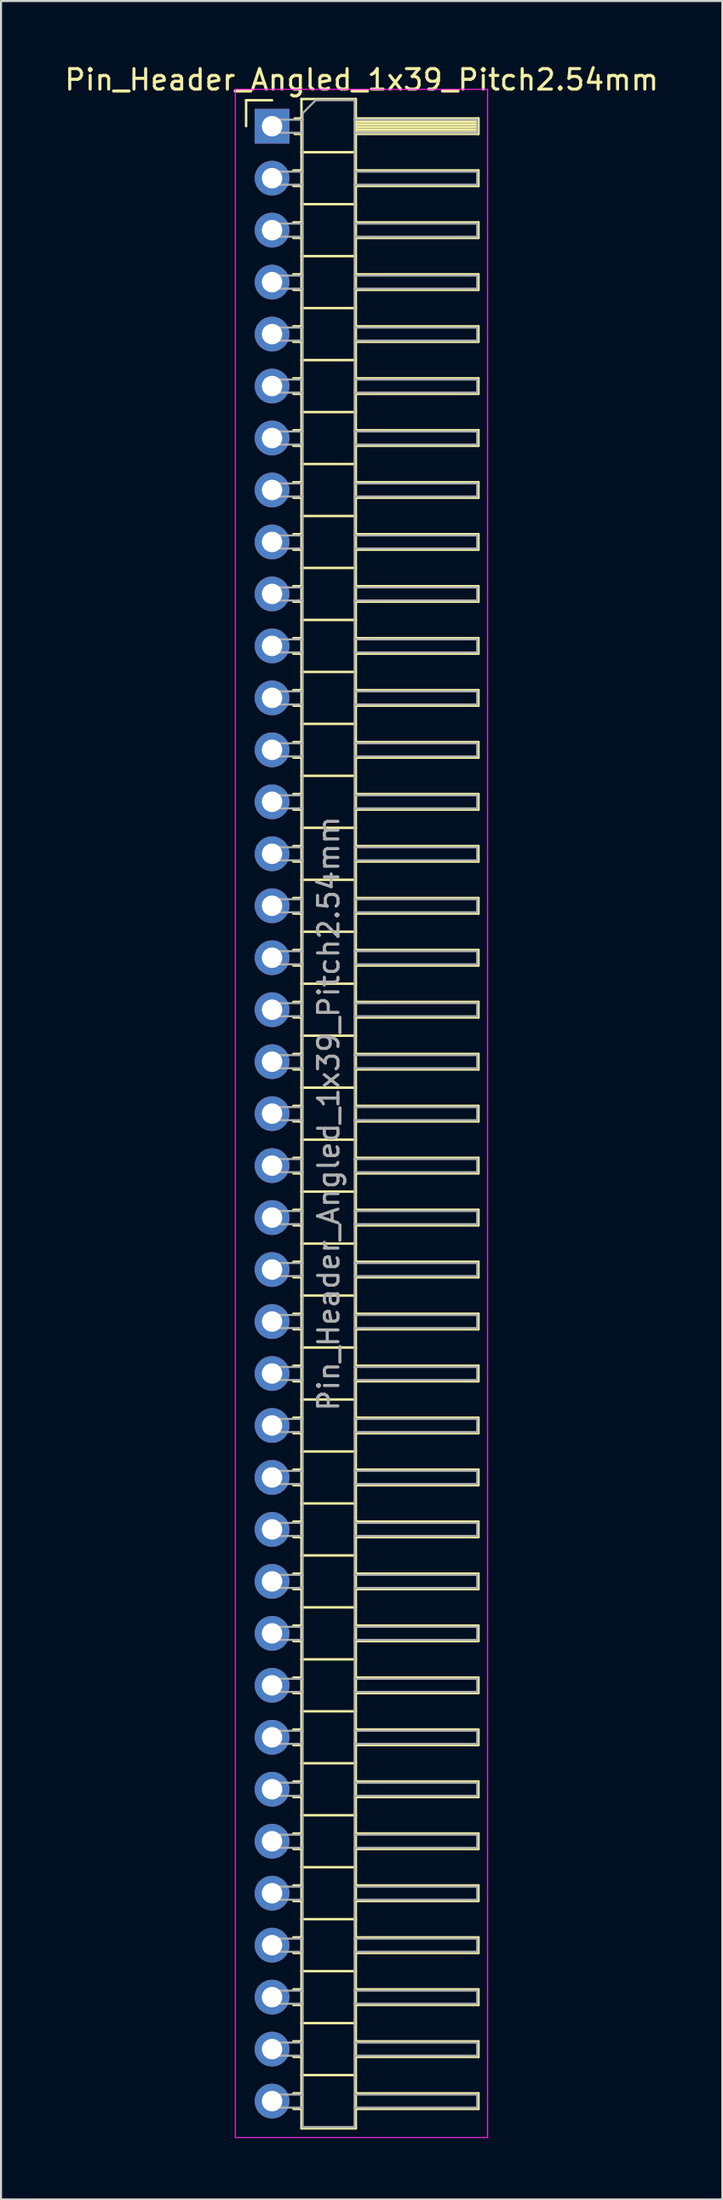
<source format=kicad_pcb>
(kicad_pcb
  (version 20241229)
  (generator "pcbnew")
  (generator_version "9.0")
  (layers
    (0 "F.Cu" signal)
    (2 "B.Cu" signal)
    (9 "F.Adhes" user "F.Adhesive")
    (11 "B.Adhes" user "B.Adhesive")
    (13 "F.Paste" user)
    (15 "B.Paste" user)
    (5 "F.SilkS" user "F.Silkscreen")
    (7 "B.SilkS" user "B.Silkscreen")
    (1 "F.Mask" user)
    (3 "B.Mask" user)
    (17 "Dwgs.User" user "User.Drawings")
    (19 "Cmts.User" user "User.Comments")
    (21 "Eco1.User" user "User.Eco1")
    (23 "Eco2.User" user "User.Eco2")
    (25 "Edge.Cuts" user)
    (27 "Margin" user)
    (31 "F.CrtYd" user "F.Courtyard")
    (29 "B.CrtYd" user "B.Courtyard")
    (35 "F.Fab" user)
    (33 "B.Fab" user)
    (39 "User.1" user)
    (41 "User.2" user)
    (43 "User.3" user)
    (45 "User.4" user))
  (footprint "Pin_Header_Angled_1x39_Pitch2.54mm"
    (layer "F.Cu")
    (at 10.264 3.118)
    (property "Reference" "Pin_Header_Angled_1x39_Pitch2.54mm" (at 4.385 -2.27 0) (layer "F.SilkS") (effects (font (size 1 1) (thickness 0.15))))
    (attr through_hole)
    (fp_line (start -1.27 -1.27) (end 0 -1.27) (stroke (width 0.12) (type solid)) (layer "F.SilkS"))
    (fp_line (start -1.27 0) (end -1.27 -1.27) (stroke (width 0.12) (type solid)) (layer "F.SilkS"))
    (fp_line (start 1.043 2.16) (end 1.44 2.16) (stroke (width 0.12) (type solid)) (layer "F.SilkS"))
    (fp_line (start 1.043 2.92) (end 1.44 2.92) (stroke (width 0.12) (type solid)) (layer "F.SilkS"))
    (fp_line (start 1.043 4.7) (end 1.44 4.7) (stroke (width 0.12) (type solid)) (layer "F.SilkS"))
    (fp_line (start 1.043 5.46) (end 1.44 5.46) (stroke (width 0.12) (type solid)) (layer "F.SilkS"))
    (fp_line (start 1.043 7.24) (end 1.44 7.24) (stroke (width 0.12) (type solid)) (layer "F.SilkS"))
    (fp_line (start 1.043 8) (end 1.44 8) (stroke (width 0.12) (type solid)) (layer "F.SilkS"))
    (fp_line (start 1.043 9.78) (end 1.44 9.78) (stroke (width 0.12) (type solid)) (layer "F.SilkS"))
    (fp_line (start 1.043 10.54) (end 1.44 10.54) (stroke (width 0.12) (type solid)) (layer "F.SilkS"))
    (fp_line (start 1.043 12.32) (end 1.44 12.32) (stroke (width 0.12) (type solid)) (layer "F.SilkS"))
    (fp_line (start 1.043 13.08) (end 1.44 13.08) (stroke (width 0.12) (type solid)) (layer "F.SilkS"))
    (fp_line (start 1.043 14.86) (end 1.44 14.86) (stroke (width 0.12) (type solid)) (layer "F.SilkS"))
    (fp_line (start 1.043 15.62) (end 1.44 15.62) (stroke (width 0.12) (type solid)) (layer "F.SilkS"))
    (fp_line (start 1.043 17.4) (end 1.44 17.4) (stroke (width 0.12) (type solid)) (layer "F.SilkS"))
    (fp_line (start 1.043 18.16) (end 1.44 18.16) (stroke (width 0.12) (type solid)) (layer "F.SilkS"))
    (fp_line (start 1.043 19.94) (end 1.44 19.94) (stroke (width 0.12) (type solid)) (layer "F.SilkS"))
    (fp_line (start 1.043 20.7) (end 1.44 20.7) (stroke (width 0.12) (type solid)) (layer "F.SilkS"))
    (fp_line (start 1.043 22.48) (end 1.44 22.48) (stroke (width 0.12) (type solid)) (layer "F.SilkS"))
    (fp_line (start 1.043 23.24) (end 1.44 23.24) (stroke (width 0.12) (type solid)) (layer "F.SilkS"))
    (fp_line (start 1.043 25.02) (end 1.44 25.02) (stroke (width 0.12) (type solid)) (layer "F.SilkS"))
    (fp_line (start 1.043 25.78) (end 1.44 25.78) (stroke (width 0.12) (type solid)) (layer "F.SilkS"))
    (fp_line (start 1.043 27.56) (end 1.44 27.56) (stroke (width 0.12) (type solid)) (layer "F.SilkS"))
    (fp_line (start 1.043 28.32) (end 1.44 28.32) (stroke (width 0.12) (type solid)) (layer "F.SilkS"))
    (fp_line (start 1.043 30.1) (end 1.44 30.1) (stroke (width 0.12) (type solid)) (layer "F.SilkS"))
    (fp_line (start 1.043 30.86) (end 1.44 30.86) (stroke (width 0.12) (type solid)) (layer "F.SilkS"))
    (fp_line (start 1.043 32.64) (end 1.44 32.64) (stroke (width 0.12) (type solid)) (layer "F.SilkS"))
    (fp_line (start 1.043 33.4) (end 1.44 33.4) (stroke (width 0.12) (type solid)) (layer "F.SilkS"))
    (fp_line (start 1.043 35.18) (end 1.44 35.18) (stroke (width 0.12) (type solid)) (layer "F.SilkS"))
    (fp_line (start 1.043 35.94) (end 1.44 35.94) (stroke (width 0.12) (type solid)) (layer "F.SilkS"))
    (fp_line (start 1.043 37.72) (end 1.44 37.72) (stroke (width 0.12) (type solid)) (layer "F.SilkS"))
    (fp_line (start 1.043 38.48) (end 1.44 38.48) (stroke (width 0.12) (type solid)) (layer "F.SilkS"))
    (fp_line (start 1.043 40.26) (end 1.44 40.26) (stroke (width 0.12) (type solid)) (layer "F.SilkS"))
    (fp_line (start 1.043 41.02) (end 1.44 41.02) (stroke (width 0.12) (type solid)) (layer "F.SilkS"))
    (fp_line (start 1.043 42.8) (end 1.44 42.8) (stroke (width 0.12) (type solid)) (layer "F.SilkS"))
    (fp_line (start 1.043 43.56) (end 1.44 43.56) (stroke (width 0.12) (type solid)) (layer "F.SilkS"))
    (fp_line (start 1.043 45.34) (end 1.44 45.34) (stroke (width 0.12) (type solid)) (layer "F.SilkS"))
    (fp_line (start 1.043 46.1) (end 1.44 46.1) (stroke (width 0.12) (type solid)) (layer "F.SilkS"))
    (fp_line (start 1.043 47.88) (end 1.44 47.88) (stroke (width 0.12) (type solid)) (layer "F.SilkS"))
    (fp_line (start 1.043 48.64) (end 1.44 48.64) (stroke (width 0.12) (type solid)) (layer "F.SilkS"))
    (fp_line (start 1.043 50.42) (end 1.44 50.42) (stroke (width 0.12) (type solid)) (layer "F.SilkS"))
    (fp_line (start 1.043 51.18) (end 1.44 51.18) (stroke (width 0.12) (type solid)) (layer "F.SilkS"))
    (fp_line (start 1.043 52.96) (end 1.44 52.96) (stroke (width 0.12) (type solid)) (layer "F.SilkS"))
    (fp_line (start 1.043 53.72) (end 1.44 53.72) (stroke (width 0.12) (type solid)) (layer "F.SilkS"))
    (fp_line (start 1.043 55.5) (end 1.44 55.5) (stroke (width 0.12) (type solid)) (layer "F.SilkS"))
    (fp_line (start 1.043 56.26) (end 1.44 56.26) (stroke (width 0.12) (type solid)) (layer "F.SilkS"))
    (fp_line (start 1.043 58.04) (end 1.44 58.04) (stroke (width 0.12) (type solid)) (layer "F.SilkS"))
    (fp_line (start 1.043 58.8) (end 1.44 58.8) (stroke (width 0.12) (type solid)) (layer "F.SilkS"))
    (fp_line (start 1.043 60.58) (end 1.44 60.58) (stroke (width 0.12) (type solid)) (layer "F.SilkS"))
    (fp_line (start 1.043 61.34) (end 1.44 61.34) (stroke (width 0.12) (type solid)) (layer "F.SilkS"))
    (fp_line (start 1.043 63.12) (end 1.44 63.12) (stroke (width 0.12) (type solid)) (layer "F.SilkS"))
    (fp_line (start 1.043 63.88) (end 1.44 63.88) (stroke (width 0.12) (type solid)) (layer "F.SilkS"))
    (fp_line (start 1.043 65.66) (end 1.44 65.66) (stroke (width 0.12) (type solid)) (layer "F.SilkS"))
    (fp_line (start 1.043 66.42) (end 1.44 66.42) (stroke (width 0.12) (type solid)) (layer "F.SilkS"))
    (fp_line (start 1.043 68.2) (end 1.44 68.2) (stroke (width 0.12) (type solid)) (layer "F.SilkS"))
    (fp_line (start 1.043 68.96) (end 1.44 68.96) (stroke (width 0.12) (type solid)) (layer "F.SilkS"))
    (fp_line (start 1.043 70.74) (end 1.44 70.74) (stroke (width 0.12) (type solid)) (layer "F.SilkS"))
    (fp_line (start 1.043 71.5) (end 1.44 71.5) (stroke (width 0.12) (type solid)) (layer "F.SilkS"))
    (fp_line (start 1.043 73.28) (end 1.44 73.28) (stroke (width 0.12) (type solid)) (layer "F.SilkS"))
    (fp_line (start 1.043 74.04) (end 1.44 74.04) (stroke (width 0.12) (type solid)) (layer "F.SilkS"))
    (fp_line (start 1.043 75.82) (end 1.44 75.82) (stroke (width 0.12) (type solid)) (layer "F.SilkS"))
    (fp_line (start 1.043 76.58) (end 1.44 76.58) (stroke (width 0.12) (type solid)) (layer "F.SilkS"))
    (fp_line (start 1.043 78.36) (end 1.44 78.36) (stroke (width 0.12) (type solid)) (layer "F.SilkS"))
    (fp_line (start 1.043 79.12) (end 1.44 79.12) (stroke (width 0.12) (type solid)) (layer "F.SilkS"))
    (fp_line (start 1.043 80.9) (end 1.44 80.9) (stroke (width 0.12) (type solid)) (layer "F.SilkS"))
    (fp_line (start 1.043 81.66) (end 1.44 81.66) (stroke (width 0.12) (type solid)) (layer "F.SilkS"))
    (fp_line (start 1.043 83.44) (end 1.44 83.44) (stroke (width 0.12) (type solid)) (layer "F.SilkS"))
    (fp_line (start 1.043 84.2) (end 1.44 84.2) (stroke (width 0.12) (type solid)) (layer "F.SilkS"))
    (fp_line (start 1.043 85.98) (end 1.44 85.98) (stroke (width 0.12) (type solid)) (layer "F.SilkS"))
    (fp_line (start 1.043 86.74) (end 1.44 86.74) (stroke (width 0.12) (type solid)) (layer "F.SilkS"))
    (fp_line (start 1.043 88.52) (end 1.44 88.52) (stroke (width 0.12) (type solid)) (layer "F.SilkS"))
    (fp_line (start 1.043 89.28) (end 1.44 89.28) (stroke (width 0.12) (type solid)) (layer "F.SilkS"))
    (fp_line (start 1.043 91.06) (end 1.44 91.06) (stroke (width 0.12) (type solid)) (layer "F.SilkS"))
    (fp_line (start 1.043 91.82) (end 1.44 91.82) (stroke (width 0.12) (type solid)) (layer "F.SilkS"))
    (fp_line (start 1.043 93.6) (end 1.44 93.6) (stroke (width 0.12) (type solid)) (layer "F.SilkS"))
    (fp_line (start 1.043 94.36) (end 1.44 94.36) (stroke (width 0.12) (type solid)) (layer "F.SilkS"))
    (fp_line (start 1.043 96.14) (end 1.44 96.14) (stroke (width 0.12) (type solid)) (layer "F.SilkS"))
    (fp_line (start 1.043 96.9) (end 1.44 96.9) (stroke (width 0.12) (type solid)) (layer "F.SilkS"))
    (fp_line (start 1.11 -0.38) (end 1.44 -0.38) (stroke (width 0.12) (type solid)) (layer "F.SilkS"))
    (fp_line (start 1.11 0.38) (end 1.44 0.38) (stroke (width 0.12) (type solid)) (layer "F.SilkS"))
    (fp_line (start 1.44 -1.33) (end 1.44 97.85) (stroke (width 0.12) (type solid)) (layer "F.SilkS"))
    (fp_line (start 1.44 1.27) (end 4.1 1.27) (stroke (width 0.12) (type solid)) (layer "F.SilkS"))
    (fp_line (start 1.44 3.81) (end 4.1 3.81) (stroke (width 0.12) (type solid)) (layer "F.SilkS"))
    (fp_line (start 1.44 6.35) (end 4.1 6.35) (stroke (width 0.12) (type solid)) (layer "F.SilkS"))
    (fp_line (start 1.44 8.89) (end 4.1 8.89) (stroke (width 0.12) (type solid)) (layer "F.SilkS"))
    (fp_line (start 1.44 11.43) (end 4.1 11.43) (stroke (width 0.12) (type solid)) (layer "F.SilkS"))
    (fp_line (start 1.44 13.97) (end 4.1 13.97) (stroke (width 0.12) (type solid)) (layer "F.SilkS"))
    (fp_line (start 1.44 16.51) (end 4.1 16.51) (stroke (width 0.12) (type solid)) (layer "F.SilkS"))
    (fp_line (start 1.44 19.05) (end 4.1 19.05) (stroke (width 0.12) (type solid)) (layer "F.SilkS"))
    (fp_line (start 1.44 21.59) (end 4.1 21.59) (stroke (width 0.12) (type solid)) (layer "F.SilkS"))
    (fp_line (start 1.44 24.13) (end 4.1 24.13) (stroke (width 0.12) (type solid)) (layer "F.SilkS"))
    (fp_line (start 1.44 26.67) (end 4.1 26.67) (stroke (width 0.12) (type solid)) (layer "F.SilkS"))
    (fp_line (start 1.44 29.21) (end 4.1 29.21) (stroke (width 0.12) (type solid)) (layer "F.SilkS"))
    (fp_line (start 1.44 31.75) (end 4.1 31.75) (stroke (width 0.12) (type solid)) (layer "F.SilkS"))
    (fp_line (start 1.44 34.29) (end 4.1 34.29) (stroke (width 0.12) (type solid)) (layer "F.SilkS"))
    (fp_line (start 1.44 36.83) (end 4.1 36.83) (stroke (width 0.12) (type solid)) (layer "F.SilkS"))
    (fp_line (start 1.44 39.37) (end 4.1 39.37) (stroke (width 0.12) (type solid)) (layer "F.SilkS"))
    (fp_line (start 1.44 41.91) (end 4.1 41.91) (stroke (width 0.12) (type solid)) (layer "F.SilkS"))
    (fp_line (start 1.44 44.45) (end 4.1 44.45) (stroke (width 0.12) (type solid)) (layer "F.SilkS"))
    (fp_line (start 1.44 46.99) (end 4.1 46.99) (stroke (width 0.12) (type solid)) (layer "F.SilkS"))
    (fp_line (start 1.44 49.53) (end 4.1 49.53) (stroke (width 0.12) (type solid)) (layer "F.SilkS"))
    (fp_line (start 1.44 52.07) (end 4.1 52.07) (stroke (width 0.12) (type solid)) (layer "F.SilkS"))
    (fp_line (start 1.44 54.61) (end 4.1 54.61) (stroke (width 0.12) (type solid)) (layer "F.SilkS"))
    (fp_line (start 1.44 57.15) (end 4.1 57.15) (stroke (width 0.12) (type solid)) (layer "F.SilkS"))
    (fp_line (start 1.44 59.69) (end 4.1 59.69) (stroke (width 0.12) (type solid)) (layer "F.SilkS"))
    (fp_line (start 1.44 62.23) (end 4.1 62.23) (stroke (width 0.12) (type solid)) (layer "F.SilkS"))
    (fp_line (start 1.44 64.77) (end 4.1 64.77) (stroke (width 0.12) (type solid)) (layer "F.SilkS"))
    (fp_line (start 1.44 67.31) (end 4.1 67.31) (stroke (width 0.12) (type solid)) (layer "F.SilkS"))
    (fp_line (start 1.44 69.85) (end 4.1 69.85) (stroke (width 0.12) (type solid)) (layer "F.SilkS"))
    (fp_line (start 1.44 72.39) (end 4.1 72.39) (stroke (width 0.12) (type solid)) (layer "F.SilkS"))
    (fp_line (start 1.44 74.93) (end 4.1 74.93) (stroke (width 0.12) (type solid)) (layer "F.SilkS"))
    (fp_line (start 1.44 77.47) (end 4.1 77.47) (stroke (width 0.12) (type solid)) (layer "F.SilkS"))
    (fp_line (start 1.44 80.01) (end 4.1 80.01) (stroke (width 0.12) (type solid)) (layer "F.SilkS"))
    (fp_line (start 1.44 82.55) (end 4.1 82.55) (stroke (width 0.12) (type solid)) (layer "F.SilkS"))
    (fp_line (start 1.44 85.09) (end 4.1 85.09) (stroke (width 0.12) (type solid)) (layer "F.SilkS"))
    (fp_line (start 1.44 87.63) (end 4.1 87.63) (stroke (width 0.12) (type solid)) (layer "F.SilkS"))
    (fp_line (start 1.44 90.17) (end 4.1 90.17) (stroke (width 0.12) (type solid)) (layer "F.SilkS"))
    (fp_line (start 1.44 92.71) (end 4.1 92.71) (stroke (width 0.12) (type solid)) (layer "F.SilkS"))
    (fp_line (start 1.44 95.25) (end 4.1 95.25) (stroke (width 0.12) (type solid)) (layer "F.SilkS"))
    (fp_line (start 1.44 97.85) (end 4.1 97.85) (stroke (width 0.12) (type solid)) (layer "F.SilkS"))
    (fp_line (start 4.1 -1.33) (end 1.44 -1.33) (stroke (width 0.12) (type solid)) (layer "F.SilkS"))
    (fp_line (start 4.1 -0.38) (end 10.1 -0.38) (stroke (width 0.12) (type solid)) (layer "F.SilkS"))
    (fp_line (start 4.1 -0.32) (end 10.1 -0.32) (stroke (width 0.12) (type solid)) (layer "F.SilkS"))
    (fp_line (start 4.1 -0.2) (end 10.1 -0.2) (stroke (width 0.12) (type solid)) (layer "F.SilkS"))
    (fp_line (start 4.1 -0.08) (end 10.1 -0.08) (stroke (width 0.12) (type solid)) (layer "F.SilkS"))
    (fp_line (start 4.1 0.04) (end 10.1 0.04) (stroke (width 0.12) (type solid)) (layer "F.SilkS"))
    (fp_line (start 4.1 0.16) (end 10.1 0.16) (stroke (width 0.12) (type solid)) (layer "F.SilkS"))
    (fp_line (start 4.1 0.28) (end 10.1 0.28) (stroke (width 0.12) (type solid)) (layer "F.SilkS"))
    (fp_line (start 4.1 2.16) (end 10.1 2.16) (stroke (width 0.12) (type solid)) (layer "F.SilkS"))
    (fp_line (start 4.1 4.7) (end 10.1 4.7) (stroke (width 0.12) (type solid)) (layer "F.SilkS"))
    (fp_line (start 4.1 7.24) (end 10.1 7.24) (stroke (width 0.12) (type solid)) (layer "F.SilkS"))
    (fp_line (start 4.1 9.78) (end 10.1 9.78) (stroke (width 0.12) (type solid)) (layer "F.SilkS"))
    (fp_line (start 4.1 12.32) (end 10.1 12.32) (stroke (width 0.12) (type solid)) (layer "F.SilkS"))
    (fp_line (start 4.1 14.86) (end 10.1 14.86) (stroke (width 0.12) (type solid)) (layer "F.SilkS"))
    (fp_line (start 4.1 17.4) (end 10.1 17.4) (stroke (width 0.12) (type solid)) (layer "F.SilkS"))
    (fp_line (start 4.1 19.94) (end 10.1 19.94) (stroke (width 0.12) (type solid)) (layer "F.SilkS"))
    (fp_line (start 4.1 22.48) (end 10.1 22.48) (stroke (width 0.12) (type solid)) (layer "F.SilkS"))
    (fp_line (start 4.1 25.02) (end 10.1 25.02) (stroke (width 0.12) (type solid)) (layer "F.SilkS"))
    (fp_line (start 4.1 27.56) (end 10.1 27.56) (stroke (width 0.12) (type solid)) (layer "F.SilkS"))
    (fp_line (start 4.1 30.1) (end 10.1 30.1) (stroke (width 0.12) (type solid)) (layer "F.SilkS"))
    (fp_line (start 4.1 32.64) (end 10.1 32.64) (stroke (width 0.12) (type solid)) (layer "F.SilkS"))
    (fp_line (start 4.1 35.18) (end 10.1 35.18) (stroke (width 0.12) (type solid)) (layer "F.SilkS"))
    (fp_line (start 4.1 37.72) (end 10.1 37.72) (stroke (width 0.12) (type solid)) (layer "F.SilkS"))
    (fp_line (start 4.1 40.26) (end 10.1 40.26) (stroke (width 0.12) (type solid)) (layer "F.SilkS"))
    (fp_line (start 4.1 42.8) (end 10.1 42.8) (stroke (width 0.12) (type solid)) (layer "F.SilkS"))
    (fp_line (start 4.1 45.34) (end 10.1 45.34) (stroke (width 0.12) (type solid)) (layer "F.SilkS"))
    (fp_line (start 4.1 47.88) (end 10.1 47.88) (stroke (width 0.12) (type solid)) (layer "F.SilkS"))
    (fp_line (start 4.1 50.42) (end 10.1 50.42) (stroke (width 0.12) (type solid)) (layer "F.SilkS"))
    (fp_line (start 4.1 52.96) (end 10.1 52.96) (stroke (width 0.12) (type solid)) (layer "F.SilkS"))
    (fp_line (start 4.1 55.5) (end 10.1 55.5) (stroke (width 0.12) (type solid)) (layer "F.SilkS"))
    (fp_line (start 4.1 58.04) (end 10.1 58.04) (stroke (width 0.12) (type solid)) (layer "F.SilkS"))
    (fp_line (start 4.1 60.58) (end 10.1 60.58) (stroke (width 0.12) (type solid)) (layer "F.SilkS"))
    (fp_line (start 4.1 63.12) (end 10.1 63.12) (stroke (width 0.12) (type solid)) (layer "F.SilkS"))
    (fp_line (start 4.1 65.66) (end 10.1 65.66) (stroke (width 0.12) (type solid)) (layer "F.SilkS"))
    (fp_line (start 4.1 68.2) (end 10.1 68.2) (stroke (width 0.12) (type solid)) (layer "F.SilkS"))
    (fp_line (start 4.1 70.74) (end 10.1 70.74) (stroke (width 0.12) (type solid)) (layer "F.SilkS"))
    (fp_line (start 4.1 73.28) (end 10.1 73.28) (stroke (width 0.12) (type solid)) (layer "F.SilkS"))
    (fp_line (start 4.1 75.82) (end 10.1 75.82) (stroke (width 0.12) (type solid)) (layer "F.SilkS"))
    (fp_line (start 4.1 78.36) (end 10.1 78.36) (stroke (width 0.12) (type solid)) (layer "F.SilkS"))
    (fp_line (start 4.1 80.9) (end 10.1 80.9) (stroke (width 0.12) (type solid)) (layer "F.SilkS"))
    (fp_line (start 4.1 83.44) (end 10.1 83.44) (stroke (width 0.12) (type solid)) (layer "F.SilkS"))
    (fp_line (start 4.1 85.98) (end 10.1 85.98) (stroke (width 0.12) (type solid)) (layer "F.SilkS"))
    (fp_line (start 4.1 88.52) (end 10.1 88.52) (stroke (width 0.12) (type solid)) (layer "F.SilkS"))
    (fp_line (start 4.1 91.06) (end 10.1 91.06) (stroke (width 0.12) (type solid)) (layer "F.SilkS"))
    (fp_line (start 4.1 93.6) (end 10.1 93.6) (stroke (width 0.12) (type solid)) (layer "F.SilkS"))
    (fp_line (start 4.1 96.14) (end 10.1 96.14) (stroke (width 0.12) (type solid)) (layer "F.SilkS"))
    (fp_line (start 4.1 97.85) (end 4.1 -1.33) (stroke (width 0.12) (type solid)) (layer "F.SilkS"))
    (fp_line (start 10.1 -0.38) (end 10.1 0.38) (stroke (width 0.12) (type solid)) (layer "F.SilkS"))
    (fp_line (start 10.1 0.38) (end 4.1 0.38) (stroke (width 0.12) (type solid)) (layer "F.SilkS"))
    (fp_line (start 10.1 2.16) (end 10.1 2.92) (stroke (width 0.12) (type solid)) (layer "F.SilkS"))
    (fp_line (start 10.1 2.92) (end 4.1 2.92) (stroke (width 0.12) (type solid)) (layer "F.SilkS"))
    (fp_line (start 10.1 4.7) (end 10.1 5.46) (stroke (width 0.12) (type solid)) (layer "F.SilkS"))
    (fp_line (start 10.1 5.46) (end 4.1 5.46) (stroke (width 0.12) (type solid)) (layer "F.SilkS"))
    (fp_line (start 10.1 7.24) (end 10.1 8) (stroke (width 0.12) (type solid)) (layer "F.SilkS"))
    (fp_line (start 10.1 8) (end 4.1 8) (stroke (width 0.12) (type solid)) (layer "F.SilkS"))
    (fp_line (start 10.1 9.78) (end 10.1 10.54) (stroke (width 0.12) (type solid)) (layer "F.SilkS"))
    (fp_line (start 10.1 10.54) (end 4.1 10.54) (stroke (width 0.12) (type solid)) (layer "F.SilkS"))
    (fp_line (start 10.1 12.32) (end 10.1 13.08) (stroke (width 0.12) (type solid)) (layer "F.SilkS"))
    (fp_line (start 10.1 13.08) (end 4.1 13.08) (stroke (width 0.12) (type solid)) (layer "F.SilkS"))
    (fp_line (start 10.1 14.86) (end 10.1 15.62) (stroke (width 0.12) (type solid)) (layer "F.SilkS"))
    (fp_line (start 10.1 15.62) (end 4.1 15.62) (stroke (width 0.12) (type solid)) (layer "F.SilkS"))
    (fp_line (start 10.1 17.4) (end 10.1 18.16) (stroke (width 0.12) (type solid)) (layer "F.SilkS"))
    (fp_line (start 10.1 18.16) (end 4.1 18.16) (stroke (width 0.12) (type solid)) (layer "F.SilkS"))
    (fp_line (start 10.1 19.94) (end 10.1 20.7) (stroke (width 0.12) (type solid)) (layer "F.SilkS"))
    (fp_line (start 10.1 20.7) (end 4.1 20.7) (stroke (width 0.12) (type solid)) (layer "F.SilkS"))
    (fp_line (start 10.1 22.48) (end 10.1 23.24) (stroke (width 0.12) (type solid)) (layer "F.SilkS"))
    (fp_line (start 10.1 23.24) (end 4.1 23.24) (stroke (width 0.12) (type solid)) (layer "F.SilkS"))
    (fp_line (start 10.1 25.02) (end 10.1 25.78) (stroke (width 0.12) (type solid)) (layer "F.SilkS"))
    (fp_line (start 10.1 25.78) (end 4.1 25.78) (stroke (width 0.12) (type solid)) (layer "F.SilkS"))
    (fp_line (start 10.1 27.56) (end 10.1 28.32) (stroke (width 0.12) (type solid)) (layer "F.SilkS"))
    (fp_line (start 10.1 28.32) (end 4.1 28.32) (stroke (width 0.12) (type solid)) (layer "F.SilkS"))
    (fp_line (start 10.1 30.1) (end 10.1 30.86) (stroke (width 0.12) (type solid)) (layer "F.SilkS"))
    (fp_line (start 10.1 30.86) (end 4.1 30.86) (stroke (width 0.12) (type solid)) (layer "F.SilkS"))
    (fp_line (start 10.1 32.64) (end 10.1 33.4) (stroke (width 0.12) (type solid)) (layer "F.SilkS"))
    (fp_line (start 10.1 33.4) (end 4.1 33.4) (stroke (width 0.12) (type solid)) (layer "F.SilkS"))
    (fp_line (start 10.1 35.18) (end 10.1 35.94) (stroke (width 0.12) (type solid)) (layer "F.SilkS"))
    (fp_line (start 10.1 35.94) (end 4.1 35.94) (stroke (width 0.12) (type solid)) (layer "F.SilkS"))
    (fp_line (start 10.1 37.72) (end 10.1 38.48) (stroke (width 0.12) (type solid)) (layer "F.SilkS"))
    (fp_line (start 10.1 38.48) (end 4.1 38.48) (stroke (width 0.12) (type solid)) (layer "F.SilkS"))
    (fp_line (start 10.1 40.26) (end 10.1 41.02) (stroke (width 0.12) (type solid)) (layer "F.SilkS"))
    (fp_line (start 10.1 41.02) (end 4.1 41.02) (stroke (width 0.12) (type solid)) (layer "F.SilkS"))
    (fp_line (start 10.1 42.8) (end 10.1 43.56) (stroke (width 0.12) (type solid)) (layer "F.SilkS"))
    (fp_line (start 10.1 43.56) (end 4.1 43.56) (stroke (width 0.12) (type solid)) (layer "F.SilkS"))
    (fp_line (start 10.1 45.34) (end 10.1 46.1) (stroke (width 0.12) (type solid)) (layer "F.SilkS"))
    (fp_line (start 10.1 46.1) (end 4.1 46.1) (stroke (width 0.12) (type solid)) (layer "F.SilkS"))
    (fp_line (start 10.1 47.88) (end 10.1 48.64) (stroke (width 0.12) (type solid)) (layer "F.SilkS"))
    (fp_line (start 10.1 48.64) (end 4.1 48.64) (stroke (width 0.12) (type solid)) (layer "F.SilkS"))
    (fp_line (start 10.1 50.42) (end 10.1 51.18) (stroke (width 0.12) (type solid)) (layer "F.SilkS"))
    (fp_line (start 10.1 51.18) (end 4.1 51.18) (stroke (width 0.12) (type solid)) (layer "F.SilkS"))
    (fp_line (start 10.1 52.96) (end 10.1 53.72) (stroke (width 0.12) (type solid)) (layer "F.SilkS"))
    (fp_line (start 10.1 53.72) (end 4.1 53.72) (stroke (width 0.12) (type solid)) (layer "F.SilkS"))
    (fp_line (start 10.1 55.5) (end 10.1 56.26) (stroke (width 0.12) (type solid)) (layer "F.SilkS"))
    (fp_line (start 10.1 56.26) (end 4.1 56.26) (stroke (width 0.12) (type solid)) (layer "F.SilkS"))
    (fp_line (start 10.1 58.04) (end 10.1 58.8) (stroke (width 0.12) (type solid)) (layer "F.SilkS"))
    (fp_line (start 10.1 58.8) (end 4.1 58.8) (stroke (width 0.12) (type solid)) (layer "F.SilkS"))
    (fp_line (start 10.1 60.58) (end 10.1 61.34) (stroke (width 0.12) (type solid)) (layer "F.SilkS"))
    (fp_line (start 10.1 61.34) (end 4.1 61.34) (stroke (width 0.12) (type solid)) (layer "F.SilkS"))
    (fp_line (start 10.1 63.12) (end 10.1 63.88) (stroke (width 0.12) (type solid)) (layer "F.SilkS"))
    (fp_line (start 10.1 63.88) (end 4.1 63.88) (stroke (width 0.12) (type solid)) (layer "F.SilkS"))
    (fp_line (start 10.1 65.66) (end 10.1 66.42) (stroke (width 0.12) (type solid)) (layer "F.SilkS"))
    (fp_line (start 10.1 66.42) (end 4.1 66.42) (stroke (width 0.12) (type solid)) (layer "F.SilkS"))
    (fp_line (start 10.1 68.2) (end 10.1 68.96) (stroke (width 0.12) (type solid)) (layer "F.SilkS"))
    (fp_line (start 10.1 68.96) (end 4.1 68.96) (stroke (width 0.12) (type solid)) (layer "F.SilkS"))
    (fp_line (start 10.1 70.74) (end 10.1 71.5) (stroke (width 0.12) (type solid)) (layer "F.SilkS"))
    (fp_line (start 10.1 71.5) (end 4.1 71.5) (stroke (width 0.12) (type solid)) (layer "F.SilkS"))
    (fp_line (start 10.1 73.28) (end 10.1 74.04) (stroke (width 0.12) (type solid)) (layer "F.SilkS"))
    (fp_line (start 10.1 74.04) (end 4.1 74.04) (stroke (width 0.12) (type solid)) (layer "F.SilkS"))
    (fp_line (start 10.1 75.82) (end 10.1 76.58) (stroke (width 0.12) (type solid)) (layer "F.SilkS"))
    (fp_line (start 10.1 76.58) (end 4.1 76.58) (stroke (width 0.12) (type solid)) (layer "F.SilkS"))
    (fp_line (start 10.1 78.36) (end 10.1 79.12) (stroke (width 0.12) (type solid)) (layer "F.SilkS"))
    (fp_line (start 10.1 79.12) (end 4.1 79.12) (stroke (width 0.12) (type solid)) (layer "F.SilkS"))
    (fp_line (start 10.1 80.9) (end 10.1 81.66) (stroke (width 0.12) (type solid)) (layer "F.SilkS"))
    (fp_line (start 10.1 81.66) (end 4.1 81.66) (stroke (width 0.12) (type solid)) (layer "F.SilkS"))
    (fp_line (start 10.1 83.44) (end 10.1 84.2) (stroke (width 0.12) (type solid)) (layer "F.SilkS"))
    (fp_line (start 10.1 84.2) (end 4.1 84.2) (stroke (width 0.12) (type solid)) (layer "F.SilkS"))
    (fp_line (start 10.1 85.98) (end 10.1 86.74) (stroke (width 0.12) (type solid)) (layer "F.SilkS"))
    (fp_line (start 10.1 86.74) (end 4.1 86.74) (stroke (width 0.12) (type solid)) (layer "F.SilkS"))
    (fp_line (start 10.1 88.52) (end 10.1 89.28) (stroke (width 0.12) (type solid)) (layer "F.SilkS"))
    (fp_line (start 10.1 89.28) (end 4.1 89.28) (stroke (width 0.12) (type solid)) (layer "F.SilkS"))
    (fp_line (start 10.1 91.06) (end 10.1 91.82) (stroke (width 0.12) (type solid)) (layer "F.SilkS"))
    (fp_line (start 10.1 91.82) (end 4.1 91.82) (stroke (width 0.12) (type solid)) (layer "F.SilkS"))
    (fp_line (start 10.1 93.6) (end 10.1 94.36) (stroke (width 0.12) (type solid)) (layer "F.SilkS"))
    (fp_line (start 10.1 94.36) (end 4.1 94.36) (stroke (width 0.12) (type solid)) (layer "F.SilkS"))
    (fp_line (start 10.1 96.14) (end 10.1 96.9) (stroke (width 0.12) (type solid)) (layer "F.SilkS"))
    (fp_line (start 10.1 96.9) (end 4.1 96.9) (stroke (width 0.12) (type solid)) (layer "F.SilkS"))
    (fp_line (start -1.8 -1.8) (end -1.8 98.3) (stroke (width 0.05) (type solid)) (layer "F.CrtYd"))
    (fp_line (start -1.8 98.3) (end 10.55 98.3) (stroke (width 0.05) (type solid)) (layer "F.CrtYd"))
    (fp_line (start 10.55 -1.8) (end -1.8 -1.8) (stroke (width 0.05) (type solid)) (layer "F.CrtYd"))
    (fp_line (start 10.55 98.3) (end 10.55 -1.8) (stroke (width 0.05) (type solid)) (layer "F.CrtYd"))
    (fp_line (start -0.32 -0.32) (end -0.32 0.32) (stroke (width 0.1) (type solid)) (layer "F.Fab"))
    (fp_line (start -0.32 -0.32) (end 1.5 -0.32) (stroke (width 0.1) (type solid)) (layer "F.Fab"))
    (fp_line (start -0.32 0.32) (end 1.5 0.32) (stroke (width 0.1) (type solid)) (layer "F.Fab"))
    (fp_line (start -0.32 2.22) (end -0.32 2.86) (stroke (width 0.1) (type solid)) (layer "F.Fab"))
    (fp_line (start -0.32 2.22) (end 1.5 2.22) (stroke (width 0.1) (type solid)) (layer "F.Fab"))
    (fp_line (start -0.32 2.86) (end 1.5 2.86) (stroke (width 0.1) (type solid)) (layer "F.Fab"))
    (fp_line (start -0.32 4.76) (end -0.32 5.4) (stroke (width 0.1) (type solid)) (layer "F.Fab"))
    (fp_line (start -0.32 4.76) (end 1.5 4.76) (stroke (width 0.1) (type solid)) (layer "F.Fab"))
    (fp_line (start -0.32 5.4) (end 1.5 5.4) (stroke (width 0.1) (type solid)) (layer "F.Fab"))
    (fp_line (start -0.32 7.3) (end -0.32 7.94) (stroke (width 0.1) (type solid)) (layer "F.Fab"))
    (fp_line (start -0.32 7.3) (end 1.5 7.3) (stroke (width 0.1) (type solid)) (layer "F.Fab"))
    (fp_line (start -0.32 7.94) (end 1.5 7.94) (stroke (width 0.1) (type solid)) (layer "F.Fab"))
    (fp_line (start -0.32 9.84) (end -0.32 10.48) (stroke (width 0.1) (type solid)) (layer "F.Fab"))
    (fp_line (start -0.32 9.84) (end 1.5 9.84) (stroke (width 0.1) (type solid)) (layer "F.Fab"))
    (fp_line (start -0.32 10.48) (end 1.5 10.48) (stroke (width 0.1) (type solid)) (layer "F.Fab"))
    (fp_line (start -0.32 12.38) (end -0.32 13.02) (stroke (width 0.1) (type solid)) (layer "F.Fab"))
    (fp_line (start -0.32 12.38) (end 1.5 12.38) (stroke (width 0.1) (type solid)) (layer "F.Fab"))
    (fp_line (start -0.32 13.02) (end 1.5 13.02) (stroke (width 0.1) (type solid)) (layer "F.Fab"))
    (fp_line (start -0.32 14.92) (end -0.32 15.56) (stroke (width 0.1) (type solid)) (layer "F.Fab"))
    (fp_line (start -0.32 14.92) (end 1.5 14.92) (stroke (width 0.1) (type solid)) (layer "F.Fab"))
    (fp_line (start -0.32 15.56) (end 1.5 15.56) (stroke (width 0.1) (type solid)) (layer "F.Fab"))
    (fp_line (start -0.32 17.46) (end -0.32 18.1) (stroke (width 0.1) (type solid)) (layer "F.Fab"))
    (fp_line (start -0.32 17.46) (end 1.5 17.46) (stroke (width 0.1) (type solid)) (layer "F.Fab"))
    (fp_line (start -0.32 18.1) (end 1.5 18.1) (stroke (width 0.1) (type solid)) (layer "F.Fab"))
    (fp_line (start -0.32 20) (end -0.32 20.64) (stroke (width 0.1) (type solid)) (layer "F.Fab"))
    (fp_line (start -0.32 20) (end 1.5 20) (stroke (width 0.1) (type solid)) (layer "F.Fab"))
    (fp_line (start -0.32 20.64) (end 1.5 20.64) (stroke (width 0.1) (type solid)) (layer "F.Fab"))
    (fp_line (start -0.32 22.54) (end -0.32 23.18) (stroke (width 0.1) (type solid)) (layer "F.Fab"))
    (fp_line (start -0.32 22.54) (end 1.5 22.54) (stroke (width 0.1) (type solid)) (layer "F.Fab"))
    (fp_line (start -0.32 23.18) (end 1.5 23.18) (stroke (width 0.1) (type solid)) (layer "F.Fab"))
    (fp_line (start -0.32 25.08) (end -0.32 25.72) (stroke (width 0.1) (type solid)) (layer "F.Fab"))
    (fp_line (start -0.32 25.08) (end 1.5 25.08) (stroke (width 0.1) (type solid)) (layer "F.Fab"))
    (fp_line (start -0.32 25.72) (end 1.5 25.72) (stroke (width 0.1) (type solid)) (layer "F.Fab"))
    (fp_line (start -0.32 27.62) (end -0.32 28.26) (stroke (width 0.1) (type solid)) (layer "F.Fab"))
    (fp_line (start -0.32 27.62) (end 1.5 27.62) (stroke (width 0.1) (type solid)) (layer "F.Fab"))
    (fp_line (start -0.32 28.26) (end 1.5 28.26) (stroke (width 0.1) (type solid)) (layer "F.Fab"))
    (fp_line (start -0.32 30.16) (end -0.32 30.8) (stroke (width 0.1) (type solid)) (layer "F.Fab"))
    (fp_line (start -0.32 30.16) (end 1.5 30.16) (stroke (width 0.1) (type solid)) (layer "F.Fab"))
    (fp_line (start -0.32 30.8) (end 1.5 30.8) (stroke (width 0.1) (type solid)) (layer "F.Fab"))
    (fp_line (start -0.32 32.7) (end -0.32 33.34) (stroke (width 0.1) (type solid)) (layer "F.Fab"))
    (fp_line (start -0.32 32.7) (end 1.5 32.7) (stroke (width 0.1) (type solid)) (layer "F.Fab"))
    (fp_line (start -0.32 33.34) (end 1.5 33.34) (stroke (width 0.1) (type solid)) (layer "F.Fab"))
    (fp_line (start -0.32 35.24) (end -0.32 35.88) (stroke (width 0.1) (type solid)) (layer "F.Fab"))
    (fp_line (start -0.32 35.24) (end 1.5 35.24) (stroke (width 0.1) (type solid)) (layer "F.Fab"))
    (fp_line (start -0.32 35.88) (end 1.5 35.88) (stroke (width 0.1) (type solid)) (layer "F.Fab"))
    (fp_line (start -0.32 37.78) (end -0.32 38.42) (stroke (width 0.1) (type solid)) (layer "F.Fab"))
    (fp_line (start -0.32 37.78) (end 1.5 37.78) (stroke (width 0.1) (type solid)) (layer "F.Fab"))
    (fp_line (start -0.32 38.42) (end 1.5 38.42) (stroke (width 0.1) (type solid)) (layer "F.Fab"))
    (fp_line (start -0.32 40.32) (end -0.32 40.96) (stroke (width 0.1) (type solid)) (layer "F.Fab"))
    (fp_line (start -0.32 40.32) (end 1.5 40.32) (stroke (width 0.1) (type solid)) (layer "F.Fab"))
    (fp_line (start -0.32 40.96) (end 1.5 40.96) (stroke (width 0.1) (type solid)) (layer "F.Fab"))
    (fp_line (start -0.32 42.86) (end -0.32 43.5) (stroke (width 0.1) (type solid)) (layer "F.Fab"))
    (fp_line (start -0.32 42.86) (end 1.5 42.86) (stroke (width 0.1) (type solid)) (layer "F.Fab"))
    (fp_line (start -0.32 43.5) (end 1.5 43.5) (stroke (width 0.1) (type solid)) (layer "F.Fab"))
    (fp_line (start -0.32 45.4) (end -0.32 46.04) (stroke (width 0.1) (type solid)) (layer "F.Fab"))
    (fp_line (start -0.32 45.4) (end 1.5 45.4) (stroke (width 0.1) (type solid)) (layer "F.Fab"))
    (fp_line (start -0.32 46.04) (end 1.5 46.04) (stroke (width 0.1) (type solid)) (layer "F.Fab"))
    (fp_line (start -0.32 47.94) (end -0.32 48.58) (stroke (width 0.1) (type solid)) (layer "F.Fab"))
    (fp_line (start -0.32 47.94) (end 1.5 47.94) (stroke (width 0.1) (type solid)) (layer "F.Fab"))
    (fp_line (start -0.32 48.58) (end 1.5 48.58) (stroke (width 0.1) (type solid)) (layer "F.Fab"))
    (fp_line (start -0.32 50.48) (end -0.32 51.12) (stroke (width 0.1) (type solid)) (layer "F.Fab"))
    (fp_line (start -0.32 50.48) (end 1.5 50.48) (stroke (width 0.1) (type solid)) (layer "F.Fab"))
    (fp_line (start -0.32 51.12) (end 1.5 51.12) (stroke (width 0.1) (type solid)) (layer "F.Fab"))
    (fp_line (start -0.32 53.02) (end -0.32 53.66) (stroke (width 0.1) (type solid)) (layer "F.Fab"))
    (fp_line (start -0.32 53.02) (end 1.5 53.02) (stroke (width 0.1) (type solid)) (layer "F.Fab"))
    (fp_line (start -0.32 53.66) (end 1.5 53.66) (stroke (width 0.1) (type solid)) (layer "F.Fab"))
    (fp_line (start -0.32 55.56) (end -0.32 56.2) (stroke (width 0.1) (type solid)) (layer "F.Fab"))
    (fp_line (start -0.32 55.56) (end 1.5 55.56) (stroke (width 0.1) (type solid)) (layer "F.Fab"))
    (fp_line (start -0.32 56.2) (end 1.5 56.2) (stroke (width 0.1) (type solid)) (layer "F.Fab"))
    (fp_line (start -0.32 58.1) (end -0.32 58.74) (stroke (width 0.1) (type solid)) (layer "F.Fab"))
    (fp_line (start -0.32 58.1) (end 1.5 58.1) (stroke (width 0.1) (type solid)) (layer "F.Fab"))
    (fp_line (start -0.32 58.74) (end 1.5 58.74) (stroke (width 0.1) (type solid)) (layer "F.Fab"))
    (fp_line (start -0.32 60.64) (end -0.32 61.28) (stroke (width 0.1) (type solid)) (layer "F.Fab"))
    (fp_line (start -0.32 60.64) (end 1.5 60.64) (stroke (width 0.1) (type solid)) (layer "F.Fab"))
    (fp_line (start -0.32 61.28) (end 1.5 61.28) (stroke (width 0.1) (type solid)) (layer "F.Fab"))
    (fp_line (start -0.32 63.18) (end -0.32 63.82) (stroke (width 0.1) (type solid)) (layer "F.Fab"))
    (fp_line (start -0.32 63.18) (end 1.5 63.18) (stroke (width 0.1) (type solid)) (layer "F.Fab"))
    (fp_line (start -0.32 63.82) (end 1.5 63.82) (stroke (width 0.1) (type solid)) (layer "F.Fab"))
    (fp_line (start -0.32 65.72) (end -0.32 66.36) (stroke (width 0.1) (type solid)) (layer "F.Fab"))
    (fp_line (start -0.32 65.72) (end 1.5 65.72) (stroke (width 0.1) (type solid)) (layer "F.Fab"))
    (fp_line (start -0.32 66.36) (end 1.5 66.36) (stroke (width 0.1) (type solid)) (layer "F.Fab"))
    (fp_line (start -0.32 68.26) (end -0.32 68.9) (stroke (width 0.1) (type solid)) (layer "F.Fab"))
    (fp_line (start -0.32 68.26) (end 1.5 68.26) (stroke (width 0.1) (type solid)) (layer "F.Fab"))
    (fp_line (start -0.32 68.9) (end 1.5 68.9) (stroke (width 0.1) (type solid)) (layer "F.Fab"))
    (fp_line (start -0.32 70.8) (end -0.32 71.44) (stroke (width 0.1) (type solid)) (layer "F.Fab"))
    (fp_line (start -0.32 70.8) (end 1.5 70.8) (stroke (width 0.1) (type solid)) (layer "F.Fab"))
    (fp_line (start -0.32 71.44) (end 1.5 71.44) (stroke (width 0.1) (type solid)) (layer "F.Fab"))
    (fp_line (start -0.32 73.34) (end -0.32 73.98) (stroke (width 0.1) (type solid)) (layer "F.Fab"))
    (fp_line (start -0.32 73.34) (end 1.5 73.34) (stroke (width 0.1) (type solid)) (layer "F.Fab"))
    (fp_line (start -0.32 73.98) (end 1.5 73.98) (stroke (width 0.1) (type solid)) (layer "F.Fab"))
    (fp_line (start -0.32 75.88) (end -0.32 76.52) (stroke (width 0.1) (type solid)) (layer "F.Fab"))
    (fp_line (start -0.32 75.88) (end 1.5 75.88) (stroke (width 0.1) (type solid)) (layer "F.Fab"))
    (fp_line (start -0.32 76.52) (end 1.5 76.52) (stroke (width 0.1) (type solid)) (layer "F.Fab"))
    (fp_line (start -0.32 78.42) (end -0.32 79.06) (stroke (width 0.1) (type solid)) (layer "F.Fab"))
    (fp_line (start -0.32 78.42) (end 1.5 78.42) (stroke (width 0.1) (type solid)) (layer "F.Fab"))
    (fp_line (start -0.32 79.06) (end 1.5 79.06) (stroke (width 0.1) (type solid)) (layer "F.Fab"))
    (fp_line (start -0.32 80.96) (end -0.32 81.6) (stroke (width 0.1) (type solid)) (layer "F.Fab"))
    (fp_line (start -0.32 80.96) (end 1.5 80.96) (stroke (width 0.1) (type solid)) (layer "F.Fab"))
    (fp_line (start -0.32 81.6) (end 1.5 81.6) (stroke (width 0.1) (type solid)) (layer "F.Fab"))
    (fp_line (start -0.32 83.5) (end -0.32 84.14) (stroke (width 0.1) (type solid)) (layer "F.Fab"))
    (fp_line (start -0.32 83.5) (end 1.5 83.5) (stroke (width 0.1) (type solid)) (layer "F.Fab"))
    (fp_line (start -0.32 84.14) (end 1.5 84.14) (stroke (width 0.1) (type solid)) (layer "F.Fab"))
    (fp_line (start -0.32 86.04) (end -0.32 86.68) (stroke (width 0.1) (type solid)) (layer "F.Fab"))
    (fp_line (start -0.32 86.04) (end 1.5 86.04) (stroke (width 0.1) (type solid)) (layer "F.Fab"))
    (fp_line (start -0.32 86.68) (end 1.5 86.68) (stroke (width 0.1) (type solid)) (layer "F.Fab"))
    (fp_line (start -0.32 88.58) (end -0.32 89.22) (stroke (width 0.1) (type solid)) (layer "F.Fab"))
    (fp_line (start -0.32 88.58) (end 1.5 88.58) (stroke (width 0.1) (type solid)) (layer "F.Fab"))
    (fp_line (start -0.32 89.22) (end 1.5 89.22) (stroke (width 0.1) (type solid)) (layer "F.Fab"))
    (fp_line (start -0.32 91.12) (end -0.32 91.76) (stroke (width 0.1) (type solid)) (layer "F.Fab"))
    (fp_line (start -0.32 91.12) (end 1.5 91.12) (stroke (width 0.1) (type solid)) (layer "F.Fab"))
    (fp_line (start -0.32 91.76) (end 1.5 91.76) (stroke (width 0.1) (type solid)) (layer "F.Fab"))
    (fp_line (start -0.32 93.66) (end -0.32 94.3) (stroke (width 0.1) (type solid)) (layer "F.Fab"))
    (fp_line (start -0.32 93.66) (end 1.5 93.66) (stroke (width 0.1) (type solid)) (layer "F.Fab"))
    (fp_line (start -0.32 94.3) (end 1.5 94.3) (stroke (width 0.1) (type solid)) (layer "F.Fab"))
    (fp_line (start -0.32 96.2) (end -0.32 96.84) (stroke (width 0.1) (type solid)) (layer "F.Fab"))
    (fp_line (start -0.32 96.2) (end 1.5 96.2) (stroke (width 0.1) (type solid)) (layer "F.Fab"))
    (fp_line (start -0.32 96.84) (end 1.5 96.84) (stroke (width 0.1) (type solid)) (layer "F.Fab"))
    (fp_line (start 1.5 -0.635) (end 2.135 -1.27) (stroke (width 0.1) (type solid)) (layer "F.Fab"))
    (fp_line (start 1.5 97.79) (end 1.5 -0.635) (stroke (width 0.1) (type solid)) (layer "F.Fab"))
    (fp_line (start 2.135 -1.27) (end 4.04 -1.27) (stroke (width 0.1) (type solid)) (layer "F.Fab"))
    (fp_line (start 4.04 -1.27) (end 4.04 97.79) (stroke (width 0.1) (type solid)) (layer "F.Fab"))
    (fp_line (start 4.04 -0.32) (end 10.04 -0.32) (stroke (width 0.1) (type solid)) (layer "F.Fab"))
    (fp_line (start 4.04 0.32) (end 10.04 0.32) (stroke (width 0.1) (type solid)) (layer "F.Fab"))
    (fp_line (start 4.04 2.22) (end 10.04 2.22) (stroke (width 0.1) (type solid)) (layer "F.Fab"))
    (fp_line (start 4.04 2.86) (end 10.04 2.86) (stroke (width 0.1) (type solid)) (layer "F.Fab"))
    (fp_line (start 4.04 4.76) (end 10.04 4.76) (stroke (width 0.1) (type solid)) (layer "F.Fab"))
    (fp_line (start 4.04 5.4) (end 10.04 5.4) (stroke (width 0.1) (type solid)) (layer "F.Fab"))
    (fp_line (start 4.04 7.3) (end 10.04 7.3) (stroke (width 0.1) (type solid)) (layer "F.Fab"))
    (fp_line (start 4.04 7.94) (end 10.04 7.94) (stroke (width 0.1) (type solid)) (layer "F.Fab"))
    (fp_line (start 4.04 9.84) (end 10.04 9.84) (stroke (width 0.1) (type solid)) (layer "F.Fab"))
    (fp_line (start 4.04 10.48) (end 10.04 10.48) (stroke (width 0.1) (type solid)) (layer "F.Fab"))
    (fp_line (start 4.04 12.38) (end 10.04 12.38) (stroke (width 0.1) (type solid)) (layer "F.Fab"))
    (fp_line (start 4.04 13.02) (end 10.04 13.02) (stroke (width 0.1) (type solid)) (layer "F.Fab"))
    (fp_line (start 4.04 14.92) (end 10.04 14.92) (stroke (width 0.1) (type solid)) (layer "F.Fab"))
    (fp_line (start 4.04 15.56) (end 10.04 15.56) (stroke (width 0.1) (type solid)) (layer "F.Fab"))
    (fp_line (start 4.04 17.46) (end 10.04 17.46) (stroke (width 0.1) (type solid)) (layer "F.Fab"))
    (fp_line (start 4.04 18.1) (end 10.04 18.1) (stroke (width 0.1) (type solid)) (layer "F.Fab"))
    (fp_line (start 4.04 20) (end 10.04 20) (stroke (width 0.1) (type solid)) (layer "F.Fab"))
    (fp_line (start 4.04 20.64) (end 10.04 20.64) (stroke (width 0.1) (type solid)) (layer "F.Fab"))
    (fp_line (start 4.04 22.54) (end 10.04 22.54) (stroke (width 0.1) (type solid)) (layer "F.Fab"))
    (fp_line (start 4.04 23.18) (end 10.04 23.18) (stroke (width 0.1) (type solid)) (layer "F.Fab"))
    (fp_line (start 4.04 25.08) (end 10.04 25.08) (stroke (width 0.1) (type solid)) (layer "F.Fab"))
    (fp_line (start 4.04 25.72) (end 10.04 25.72) (stroke (width 0.1) (type solid)) (layer "F.Fab"))
    (fp_line (start 4.04 27.62) (end 10.04 27.62) (stroke (width 0.1) (type solid)) (layer "F.Fab"))
    (fp_line (start 4.04 28.26) (end 10.04 28.26) (stroke (width 0.1) (type solid)) (layer "F.Fab"))
    (fp_line (start 4.04 30.16) (end 10.04 30.16) (stroke (width 0.1) (type solid)) (layer "F.Fab"))
    (fp_line (start 4.04 30.8) (end 10.04 30.8) (stroke (width 0.1) (type solid)) (layer "F.Fab"))
    (fp_line (start 4.04 32.7) (end 10.04 32.7) (stroke (width 0.1) (type solid)) (layer "F.Fab"))
    (fp_line (start 4.04 33.34) (end 10.04 33.34) (stroke (width 0.1) (type solid)) (layer "F.Fab"))
    (fp_line (start 4.04 35.24) (end 10.04 35.24) (stroke (width 0.1) (type solid)) (layer "F.Fab"))
    (fp_line (start 4.04 35.88) (end 10.04 35.88) (stroke (width 0.1) (type solid)) (layer "F.Fab"))
    (fp_line (start 4.04 37.78) (end 10.04 37.78) (stroke (width 0.1) (type solid)) (layer "F.Fab"))
    (fp_line (start 4.04 38.42) (end 10.04 38.42) (stroke (width 0.1) (type solid)) (layer "F.Fab"))
    (fp_line (start 4.04 40.32) (end 10.04 40.32) (stroke (width 0.1) (type solid)) (layer "F.Fab"))
    (fp_line (start 4.04 40.96) (end 10.04 40.96) (stroke (width 0.1) (type solid)) (layer "F.Fab"))
    (fp_line (start 4.04 42.86) (end 10.04 42.86) (stroke (width 0.1) (type solid)) (layer "F.Fab"))
    (fp_line (start 4.04 43.5) (end 10.04 43.5) (stroke (width 0.1) (type solid)) (layer "F.Fab"))
    (fp_line (start 4.04 45.4) (end 10.04 45.4) (stroke (width 0.1) (type solid)) (layer "F.Fab"))
    (fp_line (start 4.04 46.04) (end 10.04 46.04) (stroke (width 0.1) (type solid)) (layer "F.Fab"))
    (fp_line (start 4.04 47.94) (end 10.04 47.94) (stroke (width 0.1) (type solid)) (layer "F.Fab"))
    (fp_line (start 4.04 48.58) (end 10.04 48.58) (stroke (width 0.1) (type solid)) (layer "F.Fab"))
    (fp_line (start 4.04 50.48) (end 10.04 50.48) (stroke (width 0.1) (type solid)) (layer "F.Fab"))
    (fp_line (start 4.04 51.12) (end 10.04 51.12) (stroke (width 0.1) (type solid)) (layer "F.Fab"))
    (fp_line (start 4.04 53.02) (end 10.04 53.02) (stroke (width 0.1) (type solid)) (layer "F.Fab"))
    (fp_line (start 4.04 53.66) (end 10.04 53.66) (stroke (width 0.1) (type solid)) (layer "F.Fab"))
    (fp_line (start 4.04 55.56) (end 10.04 55.56) (stroke (width 0.1) (type solid)) (layer "F.Fab"))
    (fp_line (start 4.04 56.2) (end 10.04 56.2) (stroke (width 0.1) (type solid)) (layer "F.Fab"))
    (fp_line (start 4.04 58.1) (end 10.04 58.1) (stroke (width 0.1) (type solid)) (layer "F.Fab"))
    (fp_line (start 4.04 58.74) (end 10.04 58.74) (stroke (width 0.1) (type solid)) (layer "F.Fab"))
    (fp_line (start 4.04 60.64) (end 10.04 60.64) (stroke (width 0.1) (type solid)) (layer "F.Fab"))
    (fp_line (start 4.04 61.28) (end 10.04 61.28) (stroke (width 0.1) (type solid)) (layer "F.Fab"))
    (fp_line (start 4.04 63.18) (end 10.04 63.18) (stroke (width 0.1) (type solid)) (layer "F.Fab"))
    (fp_line (start 4.04 63.82) (end 10.04 63.82) (stroke (width 0.1) (type solid)) (layer "F.Fab"))
    (fp_line (start 4.04 65.72) (end 10.04 65.72) (stroke (width 0.1) (type solid)) (layer "F.Fab"))
    (fp_line (start 4.04 66.36) (end 10.04 66.36) (stroke (width 0.1) (type solid)) (layer "F.Fab"))
    (fp_line (start 4.04 68.26) (end 10.04 68.26) (stroke (width 0.1) (type solid)) (layer "F.Fab"))
    (fp_line (start 4.04 68.9) (end 10.04 68.9) (stroke (width 0.1) (type solid)) (layer "F.Fab"))
    (fp_line (start 4.04 70.8) (end 10.04 70.8) (stroke (width 0.1) (type solid)) (layer "F.Fab"))
    (fp_line (start 4.04 71.44) (end 10.04 71.44) (stroke (width 0.1) (type solid)) (layer "F.Fab"))
    (fp_line (start 4.04 73.34) (end 10.04 73.34) (stroke (width 0.1) (type solid)) (layer "F.Fab"))
    (fp_line (start 4.04 73.98) (end 10.04 73.98) (stroke (width 0.1) (type solid)) (layer "F.Fab"))
    (fp_line (start 4.04 75.88) (end 10.04 75.88) (stroke (width 0.1) (type solid)) (layer "F.Fab"))
    (fp_line (start 4.04 76.52) (end 10.04 76.52) (stroke (width 0.1) (type solid)) (layer "F.Fab"))
    (fp_line (start 4.04 78.42) (end 10.04 78.42) (stroke (width 0.1) (type solid)) (layer "F.Fab"))
    (fp_line (start 4.04 79.06) (end 10.04 79.06) (stroke (width 0.1) (type solid)) (layer "F.Fab"))
    (fp_line (start 4.04 80.96) (end 10.04 80.96) (stroke (width 0.1) (type solid)) (layer "F.Fab"))
    (fp_line (start 4.04 81.6) (end 10.04 81.6) (stroke (width 0.1) (type solid)) (layer "F.Fab"))
    (fp_line (start 4.04 83.5) (end 10.04 83.5) (stroke (width 0.1) (type solid)) (layer "F.Fab"))
    (fp_line (start 4.04 84.14) (end 10.04 84.14) (stroke (width 0.1) (type solid)) (layer "F.Fab"))
    (fp_line (start 4.04 86.04) (end 10.04 86.04) (stroke (width 0.1) (type solid)) (layer "F.Fab"))
    (fp_line (start 4.04 86.68) (end 10.04 86.68) (stroke (width 0.1) (type solid)) (layer "F.Fab"))
    (fp_line (start 4.04 88.58) (end 10.04 88.58) (stroke (width 0.1) (type solid)) (layer "F.Fab"))
    (fp_line (start 4.04 89.22) (end 10.04 89.22) (stroke (width 0.1) (type solid)) (layer "F.Fab"))
    (fp_line (start 4.04 91.12) (end 10.04 91.12) (stroke (width 0.1) (type solid)) (layer "F.Fab"))
    (fp_line (start 4.04 91.76) (end 10.04 91.76) (stroke (width 0.1) (type solid)) (layer "F.Fab"))
    (fp_line (start 4.04 93.66) (end 10.04 93.66) (stroke (width 0.1) (type solid)) (layer "F.Fab"))
    (fp_line (start 4.04 94.3) (end 10.04 94.3) (stroke (width 0.1) (type solid)) (layer "F.Fab"))
    (fp_line (start 4.04 96.2) (end 10.04 96.2) (stroke (width 0.1) (type solid)) (layer "F.Fab"))
    (fp_line (start 4.04 96.84) (end 10.04 96.84) (stroke (width 0.1) (type solid)) (layer "F.Fab"))
    (fp_line (start 4.04 97.79) (end 1.5 97.79) (stroke (width 0.1) (type solid)) (layer "F.Fab"))
    (fp_line (start 10.04 -0.32) (end 10.04 0.32) (stroke (width 0.1) (type solid)) (layer "F.Fab"))
    (fp_line (start 10.04 2.22) (end 10.04 2.86) (stroke (width 0.1) (type solid)) (layer "F.Fab"))
    (fp_line (start 10.04 4.76) (end 10.04 5.4) (stroke (width 0.1) (type solid)) (layer "F.Fab"))
    (fp_line (start 10.04 7.3) (end 10.04 7.94) (stroke (width 0.1) (type solid)) (layer "F.Fab"))
    (fp_line (start 10.04 9.84) (end 10.04 10.48) (stroke (width 0.1) (type solid)) (layer "F.Fab"))
    (fp_line (start 10.04 12.38) (end 10.04 13.02) (stroke (width 0.1) (type solid)) (layer "F.Fab"))
    (fp_line (start 10.04 14.92) (end 10.04 15.56) (stroke (width 0.1) (type solid)) (layer "F.Fab"))
    (fp_line (start 10.04 17.46) (end 10.04 18.1) (stroke (width 0.1) (type solid)) (layer "F.Fab"))
    (fp_line (start 10.04 20) (end 10.04 20.64) (stroke (width 0.1) (type solid)) (layer "F.Fab"))
    (fp_line (start 10.04 22.54) (end 10.04 23.18) (stroke (width 0.1) (type solid)) (layer "F.Fab"))
    (fp_line (start 10.04 25.08) (end 10.04 25.72) (stroke (width 0.1) (type solid)) (layer "F.Fab"))
    (fp_line (start 10.04 27.62) (end 10.04 28.26) (stroke (width 0.1) (type solid)) (layer "F.Fab"))
    (fp_line (start 10.04 30.16) (end 10.04 30.8) (stroke (width 0.1) (type solid)) (layer "F.Fab"))
    (fp_line (start 10.04 32.7) (end 10.04 33.34) (stroke (width 0.1) (type solid)) (layer "F.Fab"))
    (fp_line (start 10.04 35.24) (end 10.04 35.88) (stroke (width 0.1) (type solid)) (layer "F.Fab"))
    (fp_line (start 10.04 37.78) (end 10.04 38.42) (stroke (width 0.1) (type solid)) (layer "F.Fab"))
    (fp_line (start 10.04 40.32) (end 10.04 40.96) (stroke (width 0.1) (type solid)) (layer "F.Fab"))
    (fp_line (start 10.04 42.86) (end 10.04 43.5) (stroke (width 0.1) (type solid)) (layer "F.Fab"))
    (fp_line (start 10.04 45.4) (end 10.04 46.04) (stroke (width 0.1) (type solid)) (layer "F.Fab"))
    (fp_line (start 10.04 47.94) (end 10.04 48.58) (stroke (width 0.1) (type solid)) (layer "F.Fab"))
    (fp_line (start 10.04 50.48) (end 10.04 51.12) (stroke (width 0.1) (type solid)) (layer "F.Fab"))
    (fp_line (start 10.04 53.02) (end 10.04 53.66) (stroke (width 0.1) (type solid)) (layer "F.Fab"))
    (fp_line (start 10.04 55.56) (end 10.04 56.2) (stroke (width 0.1) (type solid)) (layer "F.Fab"))
    (fp_line (start 10.04 58.1) (end 10.04 58.74) (stroke (width 0.1) (type solid)) (layer "F.Fab"))
    (fp_line (start 10.04 60.64) (end 10.04 61.28) (stroke (width 0.1) (type solid)) (layer "F.Fab"))
    (fp_line (start 10.04 63.18) (end 10.04 63.82) (stroke (width 0.1) (type solid)) (layer "F.Fab"))
    (fp_line (start 10.04 65.72) (end 10.04 66.36) (stroke (width 0.1) (type solid)) (layer "F.Fab"))
    (fp_line (start 10.04 68.26) (end 10.04 68.9) (stroke (width 0.1) (type solid)) (layer "F.Fab"))
    (fp_line (start 10.04 70.8) (end 10.04 71.44) (stroke (width 0.1) (type solid)) (layer "F.Fab"))
    (fp_line (start 10.04 73.34) (end 10.04 73.98) (stroke (width 0.1) (type solid)) (layer "F.Fab"))
    (fp_line (start 10.04 75.88) (end 10.04 76.52) (stroke (width 0.1) (type solid)) (layer "F.Fab"))
    (fp_line (start 10.04 78.42) (end 10.04 79.06) (stroke (width 0.1) (type solid)) (layer "F.Fab"))
    (fp_line (start 10.04 80.96) (end 10.04 81.6) (stroke (width 0.1) (type solid)) (layer "F.Fab"))
    (fp_line (start 10.04 83.5) (end 10.04 84.14) (stroke (width 0.1) (type solid)) (layer "F.Fab"))
    (fp_line (start 10.04 86.04) (end 10.04 86.68) (stroke (width 0.1) (type solid)) (layer "F.Fab"))
    (fp_line (start 10.04 88.58) (end 10.04 89.22) (stroke (width 0.1) (type solid)) (layer "F.Fab"))
    (fp_line (start 10.04 91.12) (end 10.04 91.76) (stroke (width 0.1) (type solid)) (layer "F.Fab"))
    (fp_line (start 10.04 93.66) (end 10.04 94.3) (stroke (width 0.1) (type solid)) (layer "F.Fab"))
    (fp_line (start 10.04 96.2) (end 10.04 96.84) (stroke (width 0.1) (type solid)) (layer "F.Fab"))
    (fp_text user "${REFERENCE}" (at 2.77 48.26 90) (layer "F.Fab") (effects (font (size 1 1) (thickness 0.15))))
    (pad "1" thru_hole rect (at 0 0) (size 1.7 1.7) (drill 1) (layers "*.Cu" "*.Mask"))
    (pad "2" thru_hole oval (at 0 2.54) (size 1.7 1.7) (drill 1) (layers "*.Cu" "*.Mask"))
    (pad "3" thru_hole oval (at 0 5.08) (size 1.7 1.7) (drill 1) (layers "*.Cu" "*.Mask"))
    (pad "4" thru_hole oval (at 0 7.62) (size 1.7 1.7) (drill 1) (layers "*.Cu" "*.Mask"))
    (pad "5" thru_hole oval (at 0 10.16) (size 1.7 1.7) (drill 1) (layers "*.Cu" "*.Mask"))
    (pad "6" thru_hole oval (at 0 12.7) (size 1.7 1.7) (drill 1) (layers "*.Cu" "*.Mask"))
    (pad "7" thru_hole oval (at 0 15.24) (size 1.7 1.7) (drill 1) (layers "*.Cu" "*.Mask"))
    (pad "8" thru_hole oval (at 0 17.78) (size 1.7 1.7) (drill 1) (layers "*.Cu" "*.Mask"))
    (pad "9" thru_hole oval (at 0 20.32) (size 1.7 1.7) (drill 1) (layers "*.Cu" "*.Mask"))
    (pad "10" thru_hole oval (at 0 22.86) (size 1.7 1.7) (drill 1) (layers "*.Cu" "*.Mask"))
    (pad "11" thru_hole oval (at 0 25.4) (size 1.7 1.7) (drill 1) (layers "*.Cu" "*.Mask"))
    (pad "12" thru_hole oval (at 0 27.94) (size 1.7 1.7) (drill 1) (layers "*.Cu" "*.Mask"))
    (pad "13" thru_hole oval (at 0 30.48) (size 1.7 1.7) (drill 1) (layers "*.Cu" "*.Mask"))
    (pad "14" thru_hole oval (at 0 33.02) (size 1.7 1.7) (drill 1) (layers "*.Cu" "*.Mask"))
    (pad "15" thru_hole oval (at 0 35.56) (size 1.7 1.7) (drill 1) (layers "*.Cu" "*.Mask"))
    (pad "16" thru_hole oval (at 0 38.1) (size 1.7 1.7) (drill 1) (layers "*.Cu" "*.Mask"))
    (pad "17" thru_hole oval (at 0 40.64) (size 1.7 1.7) (drill 1) (layers "*.Cu" "*.Mask"))
    (pad "18" thru_hole oval (at 0 43.18) (size 1.7 1.7) (drill 1) (layers "*.Cu" "*.Mask"))
    (pad "19" thru_hole oval (at 0 45.72) (size 1.7 1.7) (drill 1) (layers "*.Cu" "*.Mask"))
    (pad "20" thru_hole oval (at 0 48.26) (size 1.7 1.7) (drill 1) (layers "*.Cu" "*.Mask"))
    (pad "21" thru_hole oval (at 0 50.8) (size 1.7 1.7) (drill 1) (layers "*.Cu" "*.Mask"))
    (pad "22" thru_hole oval (at 0 53.34) (size 1.7 1.7) (drill 1) (layers "*.Cu" "*.Mask"))
    (pad "23" thru_hole oval (at 0 55.88) (size 1.7 1.7) (drill 1) (layers "*.Cu" "*.Mask"))
    (pad "24" thru_hole oval (at 0 58.42) (size 1.7 1.7) (drill 1) (layers "*.Cu" "*.Mask"))
    (pad "25" thru_hole oval (at 0 60.96) (size 1.7 1.7) (drill 1) (layers "*.Cu" "*.Mask"))
    (pad "26" thru_hole oval (at 0 63.5) (size 1.7 1.7) (drill 1) (layers "*.Cu" "*.Mask"))
    (pad "27" thru_hole oval (at 0 66.04) (size 1.7 1.7) (drill 1) (layers "*.Cu" "*.Mask"))
    (pad "28" thru_hole oval (at 0 68.58) (size 1.7 1.7) (drill 1) (layers "*.Cu" "*.Mask"))
    (pad "29" thru_hole oval (at 0 71.12) (size 1.7 1.7) (drill 1) (layers "*.Cu" "*.Mask"))
    (pad "30" thru_hole oval (at 0 73.66) (size 1.7 1.7) (drill 1) (layers "*.Cu" "*.Mask"))
    (pad "31" thru_hole oval (at 0 76.2) (size 1.7 1.7) (drill 1) (layers "*.Cu" "*.Mask"))
    (pad "32" thru_hole oval (at 0 78.74) (size 1.7 1.7) (drill 1) (layers "*.Cu" "*.Mask"))
    (pad "33" thru_hole oval (at 0 81.28) (size 1.7 1.7) (drill 1) (layers "*.Cu" "*.Mask"))
    (pad "34" thru_hole oval (at 0 83.82) (size 1.7 1.7) (drill 1) (layers "*.Cu" "*.Mask"))
    (pad "35" thru_hole oval (at 0 86.36) (size 1.7 1.7) (drill 1) (layers "*.Cu" "*.Mask"))
    (pad "36" thru_hole oval (at 0 88.9) (size 1.7 1.7) (drill 1) (layers "*.Cu" "*.Mask"))
    (pad "37" thru_hole oval (at 0 91.44) (size 1.7 1.7) (drill 1) (layers "*.Cu" "*.Mask"))
    (pad "38" thru_hole oval (at 0 93.98) (size 1.7 1.7) (drill 1) (layers "*.Cu" "*.Mask"))
    (pad "39" thru_hole oval (at 0 96.52) (size 1.7 1.7) (drill 1) (layers "*.Cu" "*.Mask")))
  (gr_rect
    (start -3 -3)
    (end 32.298 104.443)
    (stroke (width 0.1) (type default))
    (fill no)
    (layer "Edge.Cuts")))
</source>
